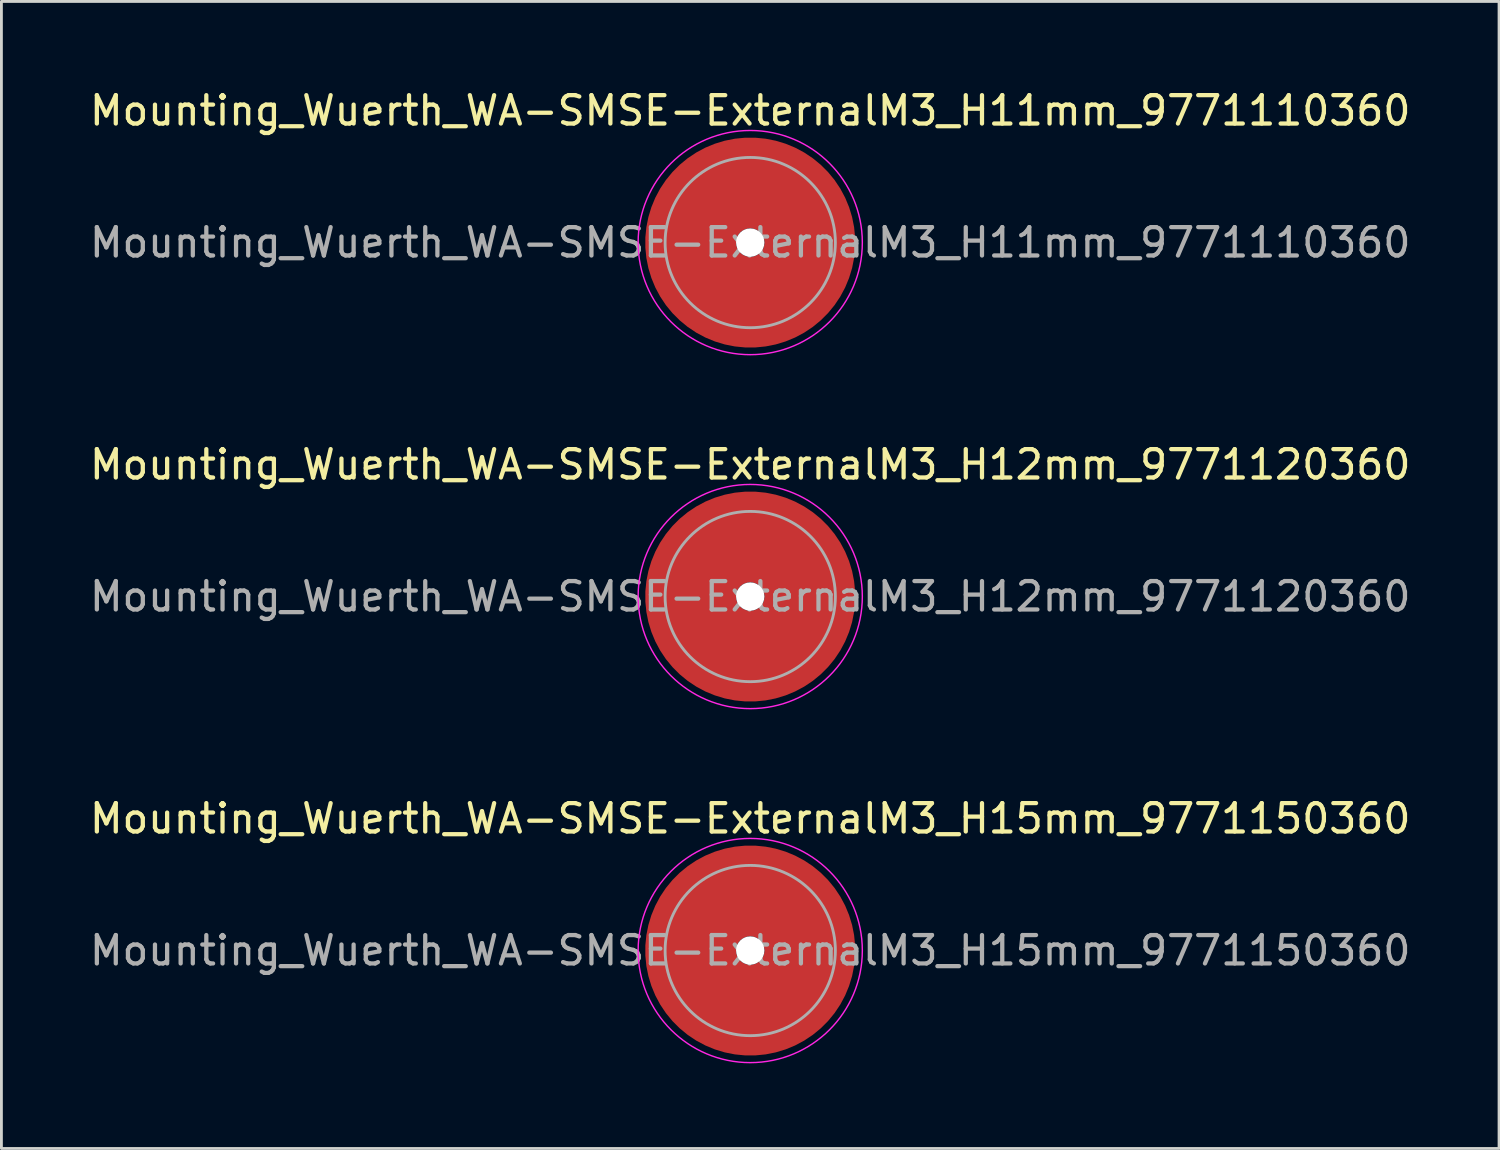
<source format=kicad_pcb>
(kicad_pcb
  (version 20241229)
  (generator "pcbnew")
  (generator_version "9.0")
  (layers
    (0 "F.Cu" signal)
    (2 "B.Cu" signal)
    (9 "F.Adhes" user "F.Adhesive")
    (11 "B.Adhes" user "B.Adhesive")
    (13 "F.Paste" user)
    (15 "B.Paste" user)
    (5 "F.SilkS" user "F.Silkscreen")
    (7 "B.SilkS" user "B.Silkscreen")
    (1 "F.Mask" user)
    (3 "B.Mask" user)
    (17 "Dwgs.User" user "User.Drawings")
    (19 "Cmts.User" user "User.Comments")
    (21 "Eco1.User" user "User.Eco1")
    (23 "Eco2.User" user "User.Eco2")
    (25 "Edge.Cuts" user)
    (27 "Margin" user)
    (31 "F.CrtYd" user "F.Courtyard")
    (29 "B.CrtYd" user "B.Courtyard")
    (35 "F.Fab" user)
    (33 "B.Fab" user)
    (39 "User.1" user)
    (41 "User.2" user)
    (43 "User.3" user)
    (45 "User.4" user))
  (footprint "Mounting_Wuerth_WA-SMSE-ExternalM3_H11mm_9771110360"
    (layer "F.Cu")
    (at 23.387 5.498)
    (property "Reference" "Mounting_Wuerth_WA-SMSE-ExternalM3_H11mm_9771110360" (at 0 -4.65 0) (layer "F.SilkS") (effects (font (size 1 1) (thickness 0.15))))
    (attr smd allow_soldermask_bridges)
    (fp_circle (center 0 0) (end 3.95 0) (stroke (width 0.05) (type solid)) (fill no) (layer "F.CrtYd"))
    (fp_circle (center 0 0) (end 3 0) (stroke (width 0.1) (type solid)) (fill no) (layer "F.Fab"))
    (fp_text user "${REFERENCE}" (at 0 0 0) (layer "F.Fab") (effects (font (size 1 1) (thickness 0.15))))
    (pad "" smd custom (at 0 -2.1) (size 1.5 1.5) (layers "F.Paste") (options (anchor circle)) (primitives (gr_arc (start -0.305123 1.47) (mid 0.371762 1.506879) (end 0.7 2.1) (width 0.2)) (gr_arc (start -0.493052 1.47) (mid 0.350399 1.380819) (end 0.8 2.1) (width 0.2)) (gr_arc (start -0.642729 1.47) (mid 0.340253 1.266797) (end 0.9 2.1) (width 0.2)) (gr_arc (start -0.776595 1.47) (mid 0.334219 1.157505) (end 1 2.1) (width 0.2)) (gr_arc (start -0.901721 1.47) (mid 0.330233 1.05074) (end 1.1 2.1) (width 0.2)) (gr_arc (start -1.021323 1.47) (mid 0.327424 0.945533) (end 1.2 2.1) (width 0.2)) (gr_arc (start -1.137146 1.47) (mid 0.325354 0.841372) (end 1.3 2.1) (width 0.2)) (gr_arc (start -1.25024 1.47) (mid 0.323778 0.737954) (end 1.4 2.1) (width 0.2)) (gr_arc (start -1.361286 1.47) (mid 0.322545 0.635089) (end 1.5 2.1) (width 0.2)) (gr_arc (start -1.470748 1.47) (mid 0.321561 0.532646) (end 1.6 2.1) (width 0.2)) (gr_arc (start -1.578955 1.47) (mid 0.320762 0.430535) (end 1.7 2.1) (width 0.2)) (gr_arc (start -1.686149 1.47) (mid 0.320102 0.328691) (end 1.8 2.1) (width 0.2)) (gr_arc (start -1.792512 1.47) (mid 0.319552 0.227065) (end 1.9 2.1) (width 0.2)) (gr_arc (start -1.898183 1.47) (mid 0.319087 0.125618) (end 2 2.1) (width 0.2)) (gr_arc (start -2.003272 1.47) (mid 0.318691 0.024323) (end 2.1 2.1) (width 0.2)) (gr_arc (start -2.107866 1.47) (mid 0.318351 -0.076845) (end 2.2 2.1) (width 0.2)) (gr_arc (start -2.212035 1.47) (mid 0.318056 -0.177903) (end 2.3 2.1) (width 0.2)) (gr_arc (start -2.315837 1.47) (mid 0.317798 -0.278866) (end 2.4 2.1) (width 0.2)) (gr_arc (start -2.419318 1.47) (mid 0.317573 -0.379747) (end 2.5 2.1) (width 0.2)) (gr_arc (start -2.522519 1.47) (mid 0.317373 -0.480557) (end 2.6 2.1) (width 0.2)) (gr_arc (start -2.625471 1.47) (mid 0.317197 -0.581303) (end 2.7 2.1) (width 0.2)) (gr_arc (start -2.728205 1.47) (mid 0.317039 -0.681993) (end 2.8 2.1) (width 0.2)) (gr_arc (start -2.830742 1.47) (mid 0.316898 -0.782633) (end 2.9 2.1) (width 0.2)) (gr_arc (start -2.933104 1.47) (mid 0.316771 -0.883229) (end 3 2.1) (width 0.2)) (gr_arc (start -3.035309 1.47) (mid 0.316656 -0.983785) (end 3.1 2.1) (width 0.2)) (gr_arc (start -3.137372 1.47) (mid 0.316553 -1.084304) (end 3.2 2.1) (width 0.2)) (gr_arc (start -3.239305 1.47) (mid 0.316458 -1.184791) (end 3.3 2.1) (width 0.2)) (gr_arc (start -3.341123 1.47) (mid 0.316373 -1.285249) (end 3.4 2.1) (width 0.2)) (gr_arc (start -3.442833 1.47) (mid 0.316294 -1.385679) (end 3.5 2.1) (width 0.2)) (gr_line (start 0.7 2.1) (end 3.5 2.1) (width 0.2)) (gr_line (start -0.305 1.47) (end -3.443 1.47) (width 0.2))))
    (pad "" np_thru_hole circle (at 0 0) (size 1 1) (drill 1) (layers "*.Cu" "*.Mask"))
    (pad "" smd custom (at 0 2.1) (size 1.5 1.5) (layers "F.Paste") (options (anchor circle)) (primitives (gr_arc (start 0.305123 -1.47) (mid -0.371762 -1.506879) (end -0.7 -2.1) (width 0.2)) (gr_arc (start 0.493052 -1.47) (mid -0.350399 -1.380819) (end -0.8 -2.1) (width 0.2)) (gr_arc (start 0.642729 -1.47) (mid -0.340253 -1.266797) (end -0.9 -2.1) (width 0.2)) (gr_arc (start 0.776595 -1.47) (mid -0.334219 -1.157505) (end -1 -2.1) (width 0.2)) (gr_arc (start 0.901721 -1.47) (mid -0.330233 -1.05074) (end -1.1 -2.1) (width 0.2)) (gr_arc (start 1.021323 -1.47) (mid -0.327424 -0.945533) (end -1.2 -2.1) (width 0.2)) (gr_arc (start 1.137146 -1.47) (mid -0.325354 -0.841372) (end -1.3 -2.1) (width 0.2)) (gr_arc (start 1.25024 -1.47) (mid -0.323778 -0.737954) (end -1.4 -2.1) (width 0.2)) (gr_arc (start 1.361286 -1.47) (mid -0.322545 -0.635089) (end -1.5 -2.1) (width 0.2)) (gr_arc (start 1.470748 -1.47) (mid -0.321561 -0.532646) (end -1.6 -2.1) (width 0.2)) (gr_arc (start 1.578955 -1.47) (mid -0.320762 -0.430535) (end -1.7 -2.1) (width 0.2)) (gr_arc (start 1.686149 -1.47) (mid -0.320102 -0.328691) (end -1.8 -2.1) (width 0.2)) (gr_arc (start 1.792512 -1.47) (mid -0.319552 -0.227065) (end -1.9 -2.1) (width 0.2)) (gr_arc (start 1.898183 -1.47) (mid -0.319087 -0.125618) (end -2 -2.1) (width 0.2)) (gr_arc (start 2.003272 -1.47) (mid -0.318691 -0.024323) (end -2.1 -2.1) (width 0.2)) (gr_arc (start 2.107866 -1.47) (mid -0.318351 0.076845) (end -2.2 -2.1) (width 0.2)) (gr_arc (start 2.212035 -1.47) (mid -0.318056 0.177903) (end -2.3 -2.1) (width 0.2)) (gr_arc (start 2.315837 -1.47) (mid -0.317798 0.278866) (end -2.4 -2.1) (width 0.2)) (gr_arc (start 2.419318 -1.47) (mid -0.317573 0.379747) (end -2.5 -2.1) (width 0.2)) (gr_arc (start 2.522519 -1.47) (mid -0.317373 0.480557) (end -2.6 -2.1) (width 0.2)) (gr_arc (start 2.625471 -1.47) (mid -0.317197 0.581303) (end -2.7 -2.1) (width 0.2)) (gr_arc (start 2.728205 -1.47) (mid -0.317039 0.681993) (end -2.8 -2.1) (width 0.2)) (gr_arc (start 2.830742 -1.47) (mid -0.316898 0.782633) (end -2.9 -2.1) (width 0.2)) (gr_arc (start 2.933104 -1.47) (mid -0.316771 0.883229) (end -3 -2.1) (width 0.2)) (gr_arc (start 3.035309 -1.47) (mid -0.316656 0.983785) (end -3.1 -2.1) (width 0.2)) (gr_arc (start 3.137372 -1.47) (mid -0.316553 1.084304) (end -3.2 -2.1) (width 0.2)) (gr_arc (start 3.239305 -1.47) (mid -0.316458 1.184791) (end -3.3 -2.1) (width 0.2)) (gr_arc (start 3.341123 -1.47) (mid -0.316373 1.285249) (end -3.4 -2.1) (width 0.2)) (gr_arc (start 3.442833 -1.47) (mid -0.316294 1.385679) (end -3.5 -2.1) (width 0.2)) (gr_line (start -0.7 -2.1) (end -3.5 -2.1) (width 0.2)) (gr_line (start 0.305 -1.47) (end 3.443 -1.47) (width 0.2))))
    (pad "1" smd circle (at -2.1 0) (size 2.692 2.692) (layers "F.Cu"))
    (pad "1" smd circle (at 0 -2.1) (size 2.692 2.692) (layers "F.Cu"))
    (pad "1" smd circle (at 0 2.1) (size 2.692 2.692) (layers "F.Cu"))
    (pad "1" smd custom (at 2.1 0) (size 3.2 3.2) (layers "F.Cu" "F.Mask") (options (anchor circle)) (primitives (gr_circle (center -2.1 0) (end 0 0) (width 3.2) (fill no)))))
  (footprint "Mounting_Wuerth_WA-SMSE-ExternalM3_H12mm_9771120360"
    (layer "F.Cu")
    (at 23.387 17.971)
    (property "Reference" "Mounting_Wuerth_WA-SMSE-ExternalM3_H12mm_9771120360" (at 0 -4.65 0) (layer "F.SilkS") (effects (font (size 1 1) (thickness 0.15))))
    (attr smd allow_soldermask_bridges)
    (fp_circle (center 0 0) (end 3.95 0) (stroke (width 0.05) (type solid)) (fill no) (layer "F.CrtYd"))
    (fp_circle (center 0 0) (end 3 0) (stroke (width 0.1) (type solid)) (fill no) (layer "F.Fab"))
    (fp_text user "${REFERENCE}" (at 0 0 0) (layer "F.Fab") (effects (font (size 1 1) (thickness 0.15))))
    (pad "" smd custom (at 0 -2.1) (size 1.5 1.5) (layers "F.Paste") (options (anchor circle)) (primitives (gr_arc (start -0.305123 1.47) (mid 0.371762 1.506879) (end 0.7 2.1) (width 0.2)) (gr_arc (start -0.493052 1.47) (mid 0.350399 1.380819) (end 0.8 2.1) (width 0.2)) (gr_arc (start -0.642729 1.47) (mid 0.340253 1.266797) (end 0.9 2.1) (width 0.2)) (gr_arc (start -0.776595 1.47) (mid 0.334219 1.157505) (end 1 2.1) (width 0.2)) (gr_arc (start -0.901721 1.47) (mid 0.330233 1.05074) (end 1.1 2.1) (width 0.2)) (gr_arc (start -1.021323 1.47) (mid 0.327424 0.945533) (end 1.2 2.1) (width 0.2)) (gr_arc (start -1.137146 1.47) (mid 0.325354 0.841372) (end 1.3 2.1) (width 0.2)) (gr_arc (start -1.25024 1.47) (mid 0.323778 0.737954) (end 1.4 2.1) (width 0.2)) (gr_arc (start -1.361286 1.47) (mid 0.322545 0.635089) (end 1.5 2.1) (width 0.2)) (gr_arc (start -1.470748 1.47) (mid 0.321561 0.532646) (end 1.6 2.1) (width 0.2)) (gr_arc (start -1.578955 1.47) (mid 0.320762 0.430535) (end 1.7 2.1) (width 0.2)) (gr_arc (start -1.686149 1.47) (mid 0.320102 0.328691) (end 1.8 2.1) (width 0.2)) (gr_arc (start -1.792512 1.47) (mid 0.319552 0.227065) (end 1.9 2.1) (width 0.2)) (gr_arc (start -1.898183 1.47) (mid 0.319087 0.125618) (end 2 2.1) (width 0.2)) (gr_arc (start -2.003272 1.47) (mid 0.318691 0.024323) (end 2.1 2.1) (width 0.2)) (gr_arc (start -2.107866 1.47) (mid 0.318351 -0.076845) (end 2.2 2.1) (width 0.2)) (gr_arc (start -2.212035 1.47) (mid 0.318056 -0.177903) (end 2.3 2.1) (width 0.2)) (gr_arc (start -2.315837 1.47) (mid 0.317798 -0.278866) (end 2.4 2.1) (width 0.2)) (gr_arc (start -2.419318 1.47) (mid 0.317573 -0.379747) (end 2.5 2.1) (width 0.2)) (gr_arc (start -2.522519 1.47) (mid 0.317373 -0.480557) (end 2.6 2.1) (width 0.2)) (gr_arc (start -2.625471 1.47) (mid 0.317197 -0.581303) (end 2.7 2.1) (width 0.2)) (gr_arc (start -2.728205 1.47) (mid 0.317039 -0.681993) (end 2.8 2.1) (width 0.2)) (gr_arc (start -2.830742 1.47) (mid 0.316898 -0.782633) (end 2.9 2.1) (width 0.2)) (gr_arc (start -2.933104 1.47) (mid 0.316771 -0.883229) (end 3 2.1) (width 0.2)) (gr_arc (start -3.035309 1.47) (mid 0.316656 -0.983785) (end 3.1 2.1) (width 0.2)) (gr_arc (start -3.137372 1.47) (mid 0.316553 -1.084304) (end 3.2 2.1) (width 0.2)) (gr_arc (start -3.239305 1.47) (mid 0.316458 -1.184791) (end 3.3 2.1) (width 0.2)) (gr_arc (start -3.341123 1.47) (mid 0.316373 -1.285249) (end 3.4 2.1) (width 0.2)) (gr_arc (start -3.442833 1.47) (mid 0.316294 -1.385679) (end 3.5 2.1) (width 0.2)) (gr_line (start 0.7 2.1) (end 3.5 2.1) (width 0.2)) (gr_line (start -0.305 1.47) (end -3.443 1.47) (width 0.2))))
    (pad "" np_thru_hole circle (at 0 0) (size 1 1) (drill 1) (layers "*.Cu" "*.Mask"))
    (pad "" smd custom (at 0 2.1) (size 1.5 1.5) (layers "F.Paste") (options (anchor circle)) (primitives (gr_arc (start 0.305123 -1.47) (mid -0.371762 -1.506879) (end -0.7 -2.1) (width 0.2)) (gr_arc (start 0.493052 -1.47) (mid -0.350399 -1.380819) (end -0.8 -2.1) (width 0.2)) (gr_arc (start 0.642729 -1.47) (mid -0.340253 -1.266797) (end -0.9 -2.1) (width 0.2)) (gr_arc (start 0.776595 -1.47) (mid -0.334219 -1.157505) (end -1 -2.1) (width 0.2)) (gr_arc (start 0.901721 -1.47) (mid -0.330233 -1.05074) (end -1.1 -2.1) (width 0.2)) (gr_arc (start 1.021323 -1.47) (mid -0.327424 -0.945533) (end -1.2 -2.1) (width 0.2)) (gr_arc (start 1.137146 -1.47) (mid -0.325354 -0.841372) (end -1.3 -2.1) (width 0.2)) (gr_arc (start 1.25024 -1.47) (mid -0.323778 -0.737954) (end -1.4 -2.1) (width 0.2)) (gr_arc (start 1.361286 -1.47) (mid -0.322545 -0.635089) (end -1.5 -2.1) (width 0.2)) (gr_arc (start 1.470748 -1.47) (mid -0.321561 -0.532646) (end -1.6 -2.1) (width 0.2)) (gr_arc (start 1.578955 -1.47) (mid -0.320762 -0.430535) (end -1.7 -2.1) (width 0.2)) (gr_arc (start 1.686149 -1.47) (mid -0.320102 -0.328691) (end -1.8 -2.1) (width 0.2)) (gr_arc (start 1.792512 -1.47) (mid -0.319552 -0.227065) (end -1.9 -2.1) (width 0.2)) (gr_arc (start 1.898183 -1.47) (mid -0.319087 -0.125618) (end -2 -2.1) (width 0.2)) (gr_arc (start 2.003272 -1.47) (mid -0.318691 -0.024323) (end -2.1 -2.1) (width 0.2)) (gr_arc (start 2.107866 -1.47) (mid -0.318351 0.076845) (end -2.2 -2.1) (width 0.2)) (gr_arc (start 2.212035 -1.47) (mid -0.318056 0.177903) (end -2.3 -2.1) (width 0.2)) (gr_arc (start 2.315837 -1.47) (mid -0.317798 0.278866) (end -2.4 -2.1) (width 0.2)) (gr_arc (start 2.419318 -1.47) (mid -0.317573 0.379747) (end -2.5 -2.1) (width 0.2)) (gr_arc (start 2.522519 -1.47) (mid -0.317373 0.480557) (end -2.6 -2.1) (width 0.2)) (gr_arc (start 2.625471 -1.47) (mid -0.317197 0.581303) (end -2.7 -2.1) (width 0.2)) (gr_arc (start 2.728205 -1.47) (mid -0.317039 0.681993) (end -2.8 -2.1) (width 0.2)) (gr_arc (start 2.830742 -1.47) (mid -0.316898 0.782633) (end -2.9 -2.1) (width 0.2)) (gr_arc (start 2.933104 -1.47) (mid -0.316771 0.883229) (end -3 -2.1) (width 0.2)) (gr_arc (start 3.035309 -1.47) (mid -0.316656 0.983785) (end -3.1 -2.1) (width 0.2)) (gr_arc (start 3.137372 -1.47) (mid -0.316553 1.084304) (end -3.2 -2.1) (width 0.2)) (gr_arc (start 3.239305 -1.47) (mid -0.316458 1.184791) (end -3.3 -2.1) (width 0.2)) (gr_arc (start 3.341123 -1.47) (mid -0.316373 1.285249) (end -3.4 -2.1) (width 0.2)) (gr_arc (start 3.442833 -1.47) (mid -0.316294 1.385679) (end -3.5 -2.1) (width 0.2)) (gr_line (start -0.7 -2.1) (end -3.5 -2.1) (width 0.2)) (gr_line (start 0.305 -1.47) (end 3.443 -1.47) (width 0.2))))
    (pad "1" smd circle (at -2.1 0) (size 2.692 2.692) (layers "F.Cu"))
    (pad "1" smd circle (at 0 -2.1) (size 2.692 2.692) (layers "F.Cu"))
    (pad "1" smd circle (at 0 2.1) (size 2.692 2.692) (layers "F.Cu"))
    (pad "1" smd custom (at 2.1 0) (size 3.2 3.2) (layers "F.Cu" "F.Mask") (options (anchor circle)) (primitives (gr_circle (center -2.1 0) (end 0 0) (width 3.2) (fill no)))))
  (footprint "Mounting_Wuerth_WA-SMSE-ExternalM3_H15mm_9771150360"
    (layer "F.Cu")
    (at 23.387 30.445)
    (property "Reference" "Mounting_Wuerth_WA-SMSE-ExternalM3_H15mm_9771150360" (at 0 -4.65 0) (layer "F.SilkS") (effects (font (size 1 1) (thickness 0.15))))
    (attr smd allow_soldermask_bridges)
    (fp_circle (center 0 0) (end 3.95 0) (stroke (width 0.05) (type solid)) (fill no) (layer "F.CrtYd"))
    (fp_circle (center 0 0) (end 3 0) (stroke (width 0.1) (type solid)) (fill no) (layer "F.Fab"))
    (fp_text user "${REFERENCE}" (at 0 0 0) (layer "F.Fab") (effects (font (size 1 1) (thickness 0.15))))
    (pad "" smd custom (at 0 -2.1) (size 1.5 1.5) (layers "F.Paste") (options (anchor circle)) (primitives (gr_arc (start -0.305123 1.47) (mid 0.371762 1.506879) (end 0.7 2.1) (width 0.2)) (gr_arc (start -0.493052 1.47) (mid 0.350399 1.380819) (end 0.8 2.1) (width 0.2)) (gr_arc (start -0.642729 1.47) (mid 0.340253 1.266797) (end 0.9 2.1) (width 0.2)) (gr_arc (start -0.776595 1.47) (mid 0.334219 1.157505) (end 1 2.1) (width 0.2)) (gr_arc (start -0.901721 1.47) (mid 0.330233 1.05074) (end 1.1 2.1) (width 0.2)) (gr_arc (start -1.021323 1.47) (mid 0.327424 0.945533) (end 1.2 2.1) (width 0.2)) (gr_arc (start -1.137146 1.47) (mid 0.325354 0.841372) (end 1.3 2.1) (width 0.2)) (gr_arc (start -1.25024 1.47) (mid 0.323778 0.737954) (end 1.4 2.1) (width 0.2)) (gr_arc (start -1.361286 1.47) (mid 0.322545 0.635089) (end 1.5 2.1) (width 0.2)) (gr_arc (start -1.470748 1.47) (mid 0.321561 0.532646) (end 1.6 2.1) (width 0.2)) (gr_arc (start -1.578955 1.47) (mid 0.320762 0.430535) (end 1.7 2.1) (width 0.2)) (gr_arc (start -1.686149 1.47) (mid 0.320102 0.328691) (end 1.8 2.1) (width 0.2)) (gr_arc (start -1.792512 1.47) (mid 0.319552 0.227065) (end 1.9 2.1) (width 0.2)) (gr_arc (start -1.898183 1.47) (mid 0.319087 0.125618) (end 2 2.1) (width 0.2)) (gr_arc (start -2.003272 1.47) (mid 0.318691 0.024323) (end 2.1 2.1) (width 0.2)) (gr_arc (start -2.107866 1.47) (mid 0.318351 -0.076845) (end 2.2 2.1) (width 0.2)) (gr_arc (start -2.212035 1.47) (mid 0.318056 -0.177903) (end 2.3 2.1) (width 0.2)) (gr_arc (start -2.315837 1.47) (mid 0.317798 -0.278866) (end 2.4 2.1) (width 0.2)) (gr_arc (start -2.419318 1.47) (mid 0.317573 -0.379747) (end 2.5 2.1) (width 0.2)) (gr_arc (start -2.522519 1.47) (mid 0.317373 -0.480557) (end 2.6 2.1) (width 0.2)) (gr_arc (start -2.625471 1.47) (mid 0.317197 -0.581303) (end 2.7 2.1) (width 0.2)) (gr_arc (start -2.728205 1.47) (mid 0.317039 -0.681993) (end 2.8 2.1) (width 0.2)) (gr_arc (start -2.830742 1.47) (mid 0.316898 -0.782633) (end 2.9 2.1) (width 0.2)) (gr_arc (start -2.933104 1.47) (mid 0.316771 -0.883229) (end 3 2.1) (width 0.2)) (gr_arc (start -3.035309 1.47) (mid 0.316656 -0.983785) (end 3.1 2.1) (width 0.2)) (gr_arc (start -3.137372 1.47) (mid 0.316553 -1.084304) (end 3.2 2.1) (width 0.2)) (gr_arc (start -3.239305 1.47) (mid 0.316458 -1.184791) (end 3.3 2.1) (width 0.2)) (gr_arc (start -3.341123 1.47) (mid 0.316373 -1.285249) (end 3.4 2.1) (width 0.2)) (gr_arc (start -3.442833 1.47) (mid 0.316294 -1.385679) (end 3.5 2.1) (width 0.2)) (gr_line (start 0.7 2.1) (end 3.5 2.1) (width 0.2)) (gr_line (start -0.305 1.47) (end -3.443 1.47) (width 0.2))))
    (pad "" np_thru_hole circle (at 0 0) (size 1 1) (drill 1) (layers "*.Cu" "*.Mask"))
    (pad "" smd custom (at 0 2.1) (size 1.5 1.5) (layers "F.Paste") (options (anchor circle)) (primitives (gr_arc (start 0.305123 -1.47) (mid -0.371762 -1.506879) (end -0.7 -2.1) (width 0.2)) (gr_arc (start 0.493052 -1.47) (mid -0.350399 -1.380819) (end -0.8 -2.1) (width 0.2)) (gr_arc (start 0.642729 -1.47) (mid -0.340253 -1.266797) (end -0.9 -2.1) (width 0.2)) (gr_arc (start 0.776595 -1.47) (mid -0.334219 -1.157505) (end -1 -2.1) (width 0.2)) (gr_arc (start 0.901721 -1.47) (mid -0.330233 -1.05074) (end -1.1 -2.1) (width 0.2)) (gr_arc (start 1.021323 -1.47) (mid -0.327424 -0.945533) (end -1.2 -2.1) (width 0.2)) (gr_arc (start 1.137146 -1.47) (mid -0.325354 -0.841372) (end -1.3 -2.1) (width 0.2)) (gr_arc (start 1.25024 -1.47) (mid -0.323778 -0.737954) (end -1.4 -2.1) (width 0.2)) (gr_arc (start 1.361286 -1.47) (mid -0.322545 -0.635089) (end -1.5 -2.1) (width 0.2)) (gr_arc (start 1.470748 -1.47) (mid -0.321561 -0.532646) (end -1.6 -2.1) (width 0.2)) (gr_arc (start 1.578955 -1.47) (mid -0.320762 -0.430535) (end -1.7 -2.1) (width 0.2)) (gr_arc (start 1.686149 -1.47) (mid -0.320102 -0.328691) (end -1.8 -2.1) (width 0.2)) (gr_arc (start 1.792512 -1.47) (mid -0.319552 -0.227065) (end -1.9 -2.1) (width 0.2)) (gr_arc (start 1.898183 -1.47) (mid -0.319087 -0.125618) (end -2 -2.1) (width 0.2)) (gr_arc (start 2.003272 -1.47) (mid -0.318691 -0.024323) (end -2.1 -2.1) (width 0.2)) (gr_arc (start 2.107866 -1.47) (mid -0.318351 0.076845) (end -2.2 -2.1) (width 0.2)) (gr_arc (start 2.212035 -1.47) (mid -0.318056 0.177903) (end -2.3 -2.1) (width 0.2)) (gr_arc (start 2.315837 -1.47) (mid -0.317798 0.278866) (end -2.4 -2.1) (width 0.2)) (gr_arc (start 2.419318 -1.47) (mid -0.317573 0.379747) (end -2.5 -2.1) (width 0.2)) (gr_arc (start 2.522519 -1.47) (mid -0.317373 0.480557) (end -2.6 -2.1) (width 0.2)) (gr_arc (start 2.625471 -1.47) (mid -0.317197 0.581303) (end -2.7 -2.1) (width 0.2)) (gr_arc (start 2.728205 -1.47) (mid -0.317039 0.681993) (end -2.8 -2.1) (width 0.2)) (gr_arc (start 2.830742 -1.47) (mid -0.316898 0.782633) (end -2.9 -2.1) (width 0.2)) (gr_arc (start 2.933104 -1.47) (mid -0.316771 0.883229) (end -3 -2.1) (width 0.2)) (gr_arc (start 3.035309 -1.47) (mid -0.316656 0.983785) (end -3.1 -2.1) (width 0.2)) (gr_arc (start 3.137372 -1.47) (mid -0.316553 1.084304) (end -3.2 -2.1) (width 0.2)) (gr_arc (start 3.239305 -1.47) (mid -0.316458 1.184791) (end -3.3 -2.1) (width 0.2)) (gr_arc (start 3.341123 -1.47) (mid -0.316373 1.285249) (end -3.4 -2.1) (width 0.2)) (gr_arc (start 3.442833 -1.47) (mid -0.316294 1.385679) (end -3.5 -2.1) (width 0.2)) (gr_line (start -0.7 -2.1) (end -3.5 -2.1) (width 0.2)) (gr_line (start 0.305 -1.47) (end 3.443 -1.47) (width 0.2))))
    (pad "1" smd circle (at -2.1 0) (size 2.692 2.692) (layers "F.Cu"))
    (pad "1" smd circle (at 0 -2.1) (size 2.692 2.692) (layers "F.Cu"))
    (pad "1" smd circle (at 0 2.1) (size 2.692 2.692) (layers "F.Cu"))
    (pad "1" smd custom (at 2.1 0) (size 3.2 3.2) (layers "F.Cu" "F.Mask") (options (anchor circle)) (primitives (gr_circle (center -2.1 0) (end 0 0) (width 3.2) (fill no)))))
  (gr_rect
    (start -3 -3)
    (end 49.774 37.42)
    (stroke (width 0.1) (type default))
    (fill no)
    (layer "Edge.Cuts")))
</source>
